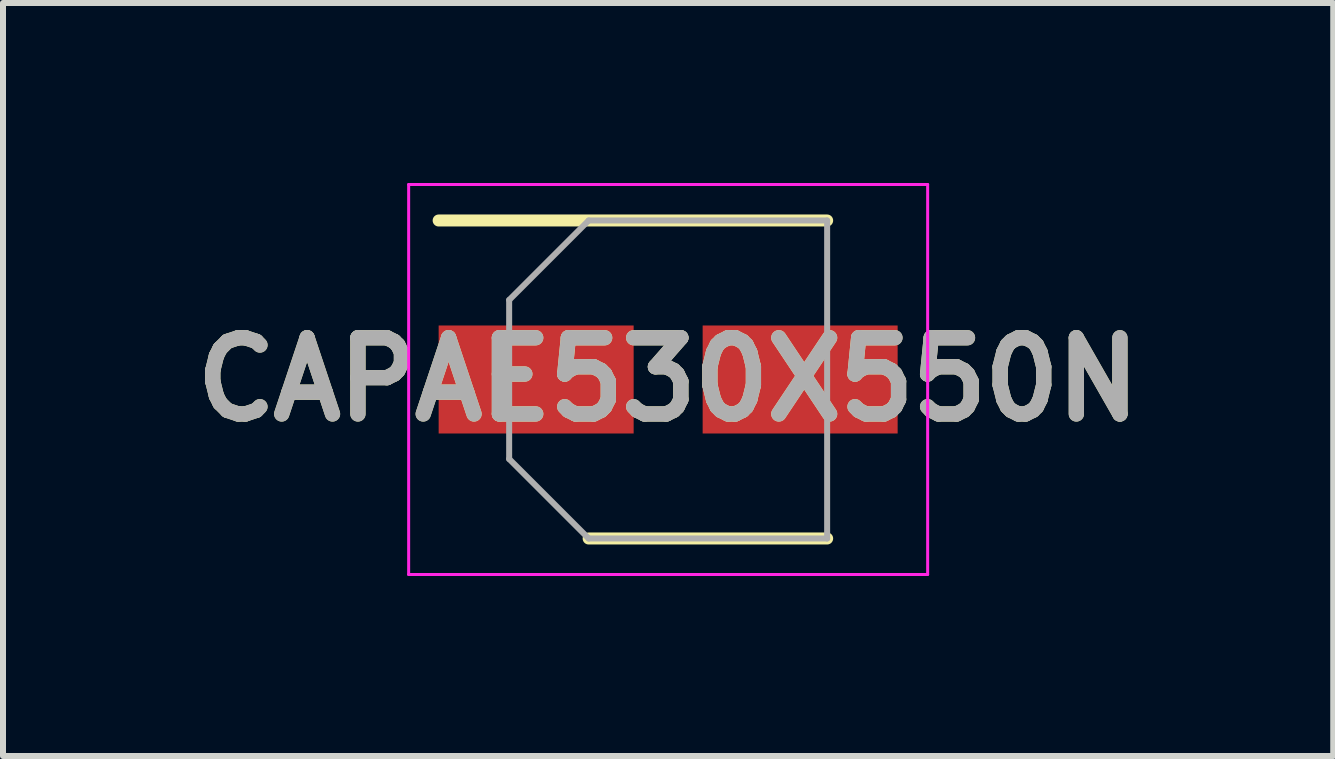
<source format=kicad_pcb>
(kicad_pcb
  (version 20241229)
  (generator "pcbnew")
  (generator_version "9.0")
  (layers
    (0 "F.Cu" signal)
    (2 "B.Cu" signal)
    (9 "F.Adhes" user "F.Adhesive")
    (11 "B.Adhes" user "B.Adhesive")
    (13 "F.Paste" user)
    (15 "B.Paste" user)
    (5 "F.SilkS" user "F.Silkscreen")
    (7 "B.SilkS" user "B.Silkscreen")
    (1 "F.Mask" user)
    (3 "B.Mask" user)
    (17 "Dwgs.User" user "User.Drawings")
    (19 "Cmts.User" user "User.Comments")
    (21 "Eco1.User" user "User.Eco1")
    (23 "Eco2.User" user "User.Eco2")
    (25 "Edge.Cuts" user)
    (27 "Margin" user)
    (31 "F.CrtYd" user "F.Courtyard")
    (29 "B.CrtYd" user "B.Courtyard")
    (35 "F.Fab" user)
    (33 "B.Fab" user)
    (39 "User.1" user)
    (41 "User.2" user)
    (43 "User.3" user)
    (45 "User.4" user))
  (footprint "CAPAE530X550N"
    (layer "F.Cu")
    (at 8.086 3.275)
    (property "Reference" "CAPAE530X550N" (at 0 0 0) (layer "F.SilkS") (effects (font (size 1.27 1.27) (thickness 0.254))))
    (attr smd)
    (fp_line (start -3.825 -2.65) (end 2.65 -2.65) (stroke (width 0.2) (type solid)) (layer "F.SilkS"))
    (fp_line (start -1.325 2.65) (end 2.65 2.65) (stroke (width 0.2) (type solid)) (layer "F.SilkS"))
    (fp_line (start -4.325 -3.25) (end 4.325 -3.25) (stroke (width 0.05) (type solid)) (layer "F.CrtYd"))
    (fp_line (start -4.325 3.25) (end -4.325 -3.25) (stroke (width 0.05) (type solid)) (layer "F.CrtYd"))
    (fp_line (start 4.325 -3.25) (end 4.325 3.25) (stroke (width 0.05) (type solid)) (layer "F.CrtYd"))
    (fp_line (start 4.325 3.25) (end -4.325 3.25) (stroke (width 0.05) (type solid)) (layer "F.CrtYd"))
    (fp_line (start -2.65 -1.325) (end -2.65 1.325) (stroke (width 0.1) (type solid)) (layer "F.Fab"))
    (fp_line (start -2.65 1.325) (end -1.325 2.65) (stroke (width 0.1) (type solid)) (layer "F.Fab"))
    (fp_line (start -1.325 -2.65) (end -2.65 -1.325) (stroke (width 0.1) (type solid)) (layer "F.Fab"))
    (fp_line (start -1.325 2.65) (end 2.65 2.65) (stroke (width 0.1) (type solid)) (layer "F.Fab"))
    (fp_line (start 2.65 -2.65) (end -1.325 -2.65) (stroke (width 0.1) (type solid)) (layer "F.Fab"))
    (fp_line (start 2.65 2.65) (end 2.65 -2.65) (stroke (width 0.1) (type solid)) (layer "F.Fab"))
    (fp_text user "${REFERENCE}" (at 0 0 0) (layer "F.Fab") (effects (font (size 1.27 1.27) (thickness 0.254))))
    (pad "1" smd rect (at -2.2 0 90) (size 1.8 3.25) (layers "F.Cu" "F.Mask" "F.Paste"))
    (pad "2" smd rect (at 2.2 0 90) (size 1.8 3.25) (layers "F.Cu" "F.Mask" "F.Paste")))
  (gr_rect
    (start -3 -3)
    (end 19.171 9.55)
    (stroke (width 0.1) (type default))
    (fill no)
    (layer "Edge.Cuts")))
</source>
